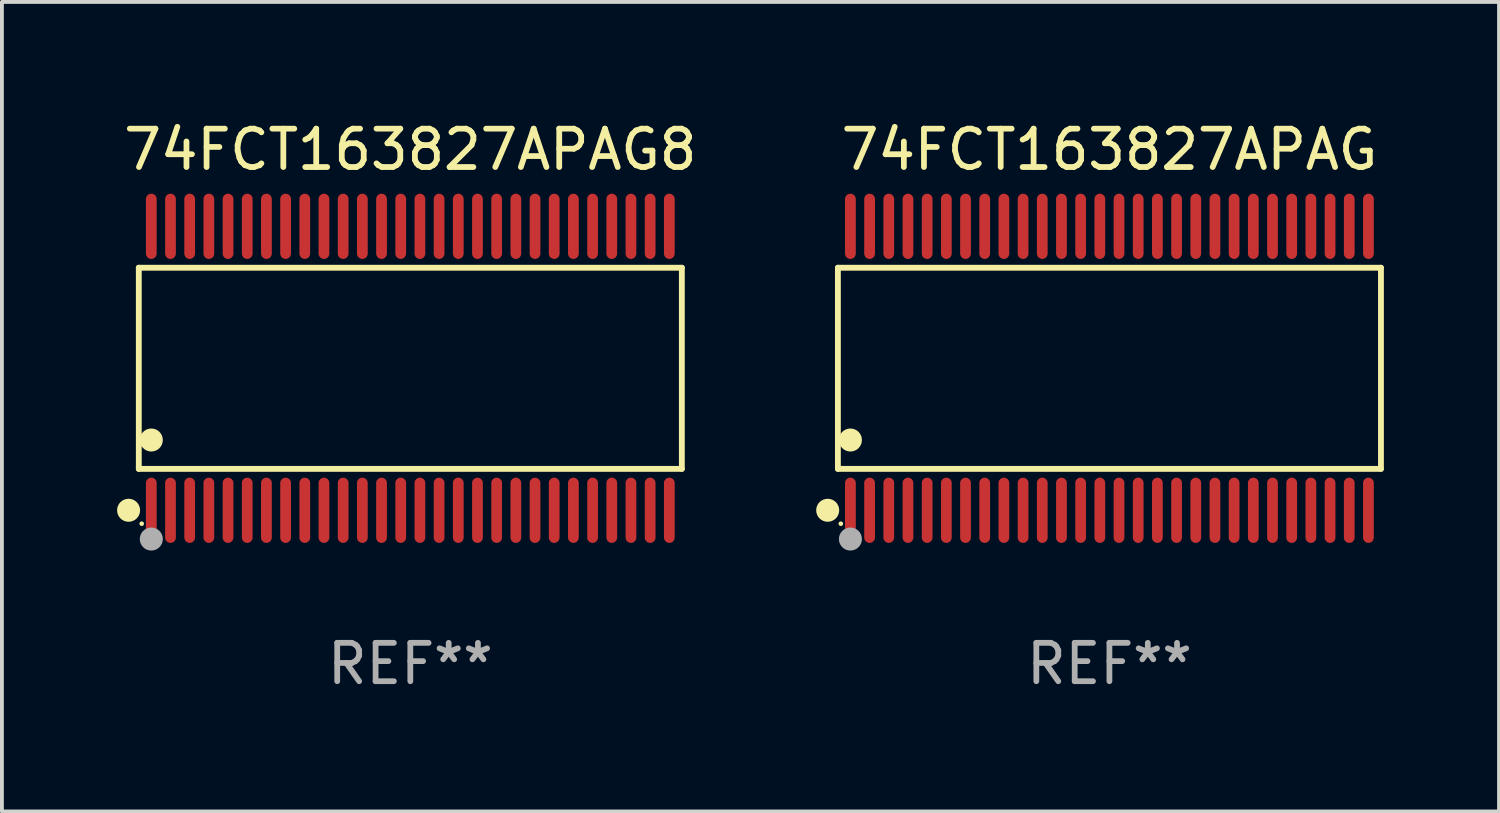
<source format=kicad_pcb>
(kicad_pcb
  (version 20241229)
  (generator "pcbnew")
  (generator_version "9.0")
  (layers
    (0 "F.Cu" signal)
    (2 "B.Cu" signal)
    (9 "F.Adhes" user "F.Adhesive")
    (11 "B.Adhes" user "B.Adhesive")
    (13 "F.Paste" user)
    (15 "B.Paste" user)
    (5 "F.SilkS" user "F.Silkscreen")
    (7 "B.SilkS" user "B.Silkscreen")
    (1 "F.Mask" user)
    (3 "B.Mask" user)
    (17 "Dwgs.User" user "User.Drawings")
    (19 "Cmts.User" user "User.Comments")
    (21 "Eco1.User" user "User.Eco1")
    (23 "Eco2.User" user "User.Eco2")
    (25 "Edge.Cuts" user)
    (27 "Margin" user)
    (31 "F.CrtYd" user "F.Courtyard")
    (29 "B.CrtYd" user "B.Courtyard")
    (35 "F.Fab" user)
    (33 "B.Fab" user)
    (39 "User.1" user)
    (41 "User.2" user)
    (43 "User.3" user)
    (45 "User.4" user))
  (footprint "74FCT163827APAG8"
    (layer "F.Cu")
    (at 7.643 6.548)
    (property "Reference" "74FCT163827APAG8" (at 0 -5.7 0) (layer "F.SilkS") (effects (font (size 1 1) (thickness 0.15))))
    (attr through_hole)
    (fp_line (start -7.076 -2.621) (end 7.076 -2.621) (stroke (width 0.152) (type solid)) (layer "F.SilkS"))
    (fp_line (start -7.076 2.621) (end -7.076 -2.621) (stroke (width 0.152) (type solid)) (layer "F.SilkS"))
    (fp_line (start 7.076 -2.621) (end 7.076 2.621) (stroke (width 0.152) (type solid)) (layer "F.SilkS"))
    (fp_line (start 7.076 2.621) (end -7.076 2.621) (stroke (width 0.152) (type solid)) (layer "F.SilkS"))
    (fp_circle (center -7.342 3.7) (end -7.192 3.7) (stroke (width 0.3) (type solid)) (fill no) (layer "F.SilkS"))
    (fp_circle (center -7 4.05) (end -6.97 4.05) (stroke (width 0.06) (type solid)) (fill no) (layer "F.SilkS"))
    (fp_circle (center -6.75 1.869) (end -6.6 1.869) (stroke (width 0.3) (type solid)) (fill no) (layer "F.SilkS"))
    (fp_circle (center -6.75 4.45) (end -6.6 4.45) (stroke (width 0.3) (type solid)) (fill no) (layer "F.Fab"))
    (fp_text user "REF**" (at 0 7.7 0) (layer "F.Fab") (effects (font (size 1 1) (thickness 0.15))))
    (pad "1" smd oval (at -6.75 3.7) (size 0.28 1.7) (layers "F.Cu" "F.Mask" "F.Paste"))
    (pad "2" smd oval (at -6.25 3.7) (size 0.28 1.7) (layers "F.Cu" "F.Mask" "F.Paste"))
    (pad "3" smd oval (at -5.75 3.7) (size 0.28 1.7) (layers "F.Cu" "F.Mask" "F.Paste"))
    (pad "4" smd oval (at -5.25 3.7) (size 0.28 1.7) (layers "F.Cu" "F.Mask" "F.Paste"))
    (pad "5" smd oval (at -4.75 3.7) (size 0.28 1.7) (layers "F.Cu" "F.Mask" "F.Paste"))
    (pad "6" smd oval (at -4.25 3.7) (size 0.28 1.7) (layers "F.Cu" "F.Mask" "F.Paste"))
    (pad "7" smd oval (at -3.75 3.7) (size 0.28 1.7) (layers "F.Cu" "F.Mask" "F.Paste"))
    (pad "8" smd oval (at -3.25 3.7) (size 0.28 1.7) (layers "F.Cu" "F.Mask" "F.Paste"))
    (pad "9" smd oval (at -2.75 3.7) (size 0.28 1.7) (layers "F.Cu" "F.Mask" "F.Paste"))
    (pad "10" smd oval (at -2.25 3.7) (size 0.28 1.7) (layers "F.Cu" "F.Mask" "F.Paste"))
    (pad "11" smd oval (at -1.75 3.7) (size 0.28 1.7) (layers "F.Cu" "F.Mask" "F.Paste"))
    (pad "12" smd oval (at -1.25 3.7) (size 0.28 1.7) (layers "F.Cu" "F.Mask" "F.Paste"))
    (pad "13" smd oval (at -0.75 3.7) (size 0.28 1.7) (layers "F.Cu" "F.Mask" "F.Paste"))
    (pad "14" smd oval (at -0.25 3.7) (size 0.28 1.7) (layers "F.Cu" "F.Mask" "F.Paste"))
    (pad "15" smd oval (at 0.25 3.7) (size 0.28 1.7) (layers "F.Cu" "F.Mask" "F.Paste"))
    (pad "16" smd oval (at 0.75 3.7) (size 0.28 1.7) (layers "F.Cu" "F.Mask" "F.Paste"))
    (pad "17" smd oval (at 1.25 3.7) (size 0.28 1.7) (layers "F.Cu" "F.Mask" "F.Paste"))
    (pad "18" smd oval (at 1.75 3.7) (size 0.28 1.7) (layers "F.Cu" "F.Mask" "F.Paste"))
    (pad "19" smd oval (at 2.25 3.7) (size 0.28 1.7) (layers "F.Cu" "F.Mask" "F.Paste"))
    (pad "20" smd oval (at 2.75 3.7) (size 0.28 1.7) (layers "F.Cu" "F.Mask" "F.Paste"))
    (pad "21" smd oval (at 3.25 3.7) (size 0.28 1.7) (layers "F.Cu" "F.Mask" "F.Paste"))
    (pad "22" smd oval (at 3.75 3.7) (size 0.28 1.7) (layers "F.Cu" "F.Mask" "F.Paste"))
    (pad "23" smd oval (at 4.25 3.7) (size 0.28 1.7) (layers "F.Cu" "F.Mask" "F.Paste"))
    (pad "24" smd oval (at 4.75 3.7) (size 0.28 1.7) (layers "F.Cu" "F.Mask" "F.Paste"))
    (pad "25" smd oval (at 5.25 3.7) (size 0.28 1.7) (layers "F.Cu" "F.Mask" "F.Paste"))
    (pad "26" smd oval (at 5.75 3.7) (size 0.28 1.7) (layers "F.Cu" "F.Mask" "F.Paste"))
    (pad "27" smd oval (at 6.25 3.7) (size 0.28 1.7) (layers "F.Cu" "F.Mask" "F.Paste"))
    (pad "28" smd oval (at 6.75 3.7) (size 0.28 1.7) (layers "F.Cu" "F.Mask" "F.Paste"))
    (pad "29" smd oval (at 6.75 -3.7) (size 0.28 1.7) (layers "F.Cu" "F.Mask" "F.Paste"))
    (pad "30" smd oval (at 6.25 -3.7) (size 0.28 1.7) (layers "F.Cu" "F.Mask" "F.Paste"))
    (pad "31" smd oval (at 5.75 -3.7) (size 0.28 1.7) (layers "F.Cu" "F.Mask" "F.Paste"))
    (pad "32" smd oval (at 5.25 -3.7) (size 0.28 1.7) (layers "F.Cu" "F.Mask" "F.Paste"))
    (pad "33" smd oval (at 4.75 -3.7) (size 0.28 1.7) (layers "F.Cu" "F.Mask" "F.Paste"))
    (pad "34" smd oval (at 4.25 -3.7) (size 0.28 1.7) (layers "F.Cu" "F.Mask" "F.Paste"))
    (pad "35" smd oval (at 3.75 -3.7) (size 0.28 1.7) (layers "F.Cu" "F.Mask" "F.Paste"))
    (pad "36" smd oval (at 3.25 -3.7) (size 0.28 1.7) (layers "F.Cu" "F.Mask" "F.Paste"))
    (pad "37" smd oval (at 2.75 -3.7) (size 0.28 1.7) (layers "F.Cu" "F.Mask" "F.Paste"))
    (pad "38" smd oval (at 2.25 -3.7) (size 0.28 1.7) (layers "F.Cu" "F.Mask" "F.Paste"))
    (pad "39" smd oval (at 1.75 -3.7) (size 0.28 1.7) (layers "F.Cu" "F.Mask" "F.Paste"))
    (pad "40" smd oval (at 1.25 -3.7) (size 0.28 1.7) (layers "F.Cu" "F.Mask" "F.Paste"))
    (pad "41" smd oval (at 0.75 -3.7) (size 0.28 1.7) (layers "F.Cu" "F.Mask" "F.Paste"))
    (pad "42" smd oval (at 0.25 -3.7) (size 0.28 1.7) (layers "F.Cu" "F.Mask" "F.Paste"))
    (pad "43" smd oval (at -0.25 -3.7) (size 0.28 1.7) (layers "F.Cu" "F.Mask" "F.Paste"))
    (pad "44" smd oval (at -0.75 -3.7) (size 0.28 1.7) (layers "F.Cu" "F.Mask" "F.Paste"))
    (pad "45" smd oval (at -1.25 -3.7) (size 0.28 1.7) (layers "F.Cu" "F.Mask" "F.Paste"))
    (pad "46" smd oval (at -1.75 -3.7) (size 0.28 1.7) (layers "F.Cu" "F.Mask" "F.Paste"))
    (pad "47" smd oval (at -2.25 -3.7) (size 0.28 1.7) (layers "F.Cu" "F.Mask" "F.Paste"))
    (pad "48" smd oval (at -2.75 -3.7) (size 0.28 1.7) (layers "F.Cu" "F.Mask" "F.Paste"))
    (pad "49" smd oval (at -3.25 -3.7) (size 0.28 1.7) (layers "F.Cu" "F.Mask" "F.Paste"))
    (pad "50" smd oval (at -3.75 -3.7) (size 0.28 1.7) (layers "F.Cu" "F.Mask" "F.Paste"))
    (pad "51" smd oval (at -4.25 -3.7) (size 0.28 1.7) (layers "F.Cu" "F.Mask" "F.Paste"))
    (pad "52" smd oval (at -4.75 -3.7) (size 0.28 1.7) (layers "F.Cu" "F.Mask" "F.Paste"))
    (pad "53" smd oval (at -5.25 -3.7) (size 0.28 1.7) (layers "F.Cu" "F.Mask" "F.Paste"))
    (pad "54" smd oval (at -5.75 -3.7) (size 0.28 1.7) (layers "F.Cu" "F.Mask" "F.Paste"))
    (pad "55" smd oval (at -6.25 -3.7) (size 0.28 1.7) (layers "F.Cu" "F.Mask" "F.Paste"))
    (pad "56" smd oval (at -6.75 -3.7) (size 0.28 1.7) (layers "F.Cu" "F.Mask" "F.Paste")))
  (footprint "74FCT163827APAG"
    (layer "F.Cu")
    (at 25.862 6.548)
    (property "Reference" "74FCT163827APAG" (at 0 -5.7 0) (layer "F.SilkS") (effects (font (size 1 1) (thickness 0.15))))
    (attr through_hole)
    (fp_line (start -7.076 -2.621) (end 7.076 -2.621) (stroke (width 0.152) (type solid)) (layer "F.SilkS"))
    (fp_line (start -7.076 2.621) (end -7.076 -2.621) (stroke (width 0.152) (type solid)) (layer "F.SilkS"))
    (fp_line (start 7.076 -2.621) (end 7.076 2.621) (stroke (width 0.152) (type solid)) (layer "F.SilkS"))
    (fp_line (start 7.076 2.621) (end -7.076 2.621) (stroke (width 0.152) (type solid)) (layer "F.SilkS"))
    (fp_circle (center -7.342 3.7) (end -7.192 3.7) (stroke (width 0.3) (type solid)) (fill no) (layer "F.SilkS"))
    (fp_circle (center -7 4.05) (end -6.97 4.05) (stroke (width 0.06) (type solid)) (fill no) (layer "F.SilkS"))
    (fp_circle (center -6.75 1.869) (end -6.6 1.869) (stroke (width 0.3) (type solid)) (fill no) (layer "F.SilkS"))
    (fp_circle (center -6.75 4.45) (end -6.6 4.45) (stroke (width 0.3) (type solid)) (fill no) (layer "F.Fab"))
    (fp_text user "REF**" (at 0 7.7 0) (layer "F.Fab") (effects (font (size 1 1) (thickness 0.15))))
    (pad "1" smd oval (at -6.75 3.7) (size 0.28 1.7) (layers "F.Cu" "F.Mask" "F.Paste"))
    (pad "2" smd oval (at -6.25 3.7) (size 0.28 1.7) (layers "F.Cu" "F.Mask" "F.Paste"))
    (pad "3" smd oval (at -5.75 3.7) (size 0.28 1.7) (layers "F.Cu" "F.Mask" "F.Paste"))
    (pad "4" smd oval (at -5.25 3.7) (size 0.28 1.7) (layers "F.Cu" "F.Mask" "F.Paste"))
    (pad "5" smd oval (at -4.75 3.7) (size 0.28 1.7) (layers "F.Cu" "F.Mask" "F.Paste"))
    (pad "6" smd oval (at -4.25 3.7) (size 0.28 1.7) (layers "F.Cu" "F.Mask" "F.Paste"))
    (pad "7" smd oval (at -3.75 3.7) (size 0.28 1.7) (layers "F.Cu" "F.Mask" "F.Paste"))
    (pad "8" smd oval (at -3.25 3.7) (size 0.28 1.7) (layers "F.Cu" "F.Mask" "F.Paste"))
    (pad "9" smd oval (at -2.75 3.7) (size 0.28 1.7) (layers "F.Cu" "F.Mask" "F.Paste"))
    (pad "10" smd oval (at -2.25 3.7) (size 0.28 1.7) (layers "F.Cu" "F.Mask" "F.Paste"))
    (pad "11" smd oval (at -1.75 3.7) (size 0.28 1.7) (layers "F.Cu" "F.Mask" "F.Paste"))
    (pad "12" smd oval (at -1.25 3.7) (size 0.28 1.7) (layers "F.Cu" "F.Mask" "F.Paste"))
    (pad "13" smd oval (at -0.75 3.7) (size 0.28 1.7) (layers "F.Cu" "F.Mask" "F.Paste"))
    (pad "14" smd oval (at -0.25 3.7) (size 0.28 1.7) (layers "F.Cu" "F.Mask" "F.Paste"))
    (pad "15" smd oval (at 0.25 3.7) (size 0.28 1.7) (layers "F.Cu" "F.Mask" "F.Paste"))
    (pad "16" smd oval (at 0.75 3.7) (size 0.28 1.7) (layers "F.Cu" "F.Mask" "F.Paste"))
    (pad "17" smd oval (at 1.25 3.7) (size 0.28 1.7) (layers "F.Cu" "F.Mask" "F.Paste"))
    (pad "18" smd oval (at 1.75 3.7) (size 0.28 1.7) (layers "F.Cu" "F.Mask" "F.Paste"))
    (pad "19" smd oval (at 2.25 3.7) (size 0.28 1.7) (layers "F.Cu" "F.Mask" "F.Paste"))
    (pad "20" smd oval (at 2.75 3.7) (size 0.28 1.7) (layers "F.Cu" "F.Mask" "F.Paste"))
    (pad "21" smd oval (at 3.25 3.7) (size 0.28 1.7) (layers "F.Cu" "F.Mask" "F.Paste"))
    (pad "22" smd oval (at 3.75 3.7) (size 0.28 1.7) (layers "F.Cu" "F.Mask" "F.Paste"))
    (pad "23" smd oval (at 4.25 3.7) (size 0.28 1.7) (layers "F.Cu" "F.Mask" "F.Paste"))
    (pad "24" smd oval (at 4.75 3.7) (size 0.28 1.7) (layers "F.Cu" "F.Mask" "F.Paste"))
    (pad "25" smd oval (at 5.25 3.7) (size 0.28 1.7) (layers "F.Cu" "F.Mask" "F.Paste"))
    (pad "26" smd oval (at 5.75 3.7) (size 0.28 1.7) (layers "F.Cu" "F.Mask" "F.Paste"))
    (pad "27" smd oval (at 6.25 3.7) (size 0.28 1.7) (layers "F.Cu" "F.Mask" "F.Paste"))
    (pad "28" smd oval (at 6.75 3.7) (size 0.28 1.7) (layers "F.Cu" "F.Mask" "F.Paste"))
    (pad "29" smd oval (at 6.75 -3.7) (size 0.28 1.7) (layers "F.Cu" "F.Mask" "F.Paste"))
    (pad "30" smd oval (at 6.25 -3.7) (size 0.28 1.7) (layers "F.Cu" "F.Mask" "F.Paste"))
    (pad "31" smd oval (at 5.75 -3.7) (size 0.28 1.7) (layers "F.Cu" "F.Mask" "F.Paste"))
    (pad "32" smd oval (at 5.25 -3.7) (size 0.28 1.7) (layers "F.Cu" "F.Mask" "F.Paste"))
    (pad "33" smd oval (at 4.75 -3.7) (size 0.28 1.7) (layers "F.Cu" "F.Mask" "F.Paste"))
    (pad "34" smd oval (at 4.25 -3.7) (size 0.28 1.7) (layers "F.Cu" "F.Mask" "F.Paste"))
    (pad "35" smd oval (at 3.75 -3.7) (size 0.28 1.7) (layers "F.Cu" "F.Mask" "F.Paste"))
    (pad "36" smd oval (at 3.25 -3.7) (size 0.28 1.7) (layers "F.Cu" "F.Mask" "F.Paste"))
    (pad "37" smd oval (at 2.75 -3.7) (size 0.28 1.7) (layers "F.Cu" "F.Mask" "F.Paste"))
    (pad "38" smd oval (at 2.25 -3.7) (size 0.28 1.7) (layers "F.Cu" "F.Mask" "F.Paste"))
    (pad "39" smd oval (at 1.75 -3.7) (size 0.28 1.7) (layers "F.Cu" "F.Mask" "F.Paste"))
    (pad "40" smd oval (at 1.25 -3.7) (size 0.28 1.7) (layers "F.Cu" "F.Mask" "F.Paste"))
    (pad "41" smd oval (at 0.75 -3.7) (size 0.28 1.7) (layers "F.Cu" "F.Mask" "F.Paste"))
    (pad "42" smd oval (at 0.25 -3.7) (size 0.28 1.7) (layers "F.Cu" "F.Mask" "F.Paste"))
    (pad "43" smd oval (at -0.25 -3.7) (size 0.28 1.7) (layers "F.Cu" "F.Mask" "F.Paste"))
    (pad "44" smd oval (at -0.75 -3.7) (size 0.28 1.7) (layers "F.Cu" "F.Mask" "F.Paste"))
    (pad "45" smd oval (at -1.25 -3.7) (size 0.28 1.7) (layers "F.Cu" "F.Mask" "F.Paste"))
    (pad "46" smd oval (at -1.75 -3.7) (size 0.28 1.7) (layers "F.Cu" "F.Mask" "F.Paste"))
    (pad "47" smd oval (at -2.25 -3.7) (size 0.28 1.7) (layers "F.Cu" "F.Mask" "F.Paste"))
    (pad "48" smd oval (at -2.75 -3.7) (size 0.28 1.7) (layers "F.Cu" "F.Mask" "F.Paste"))
    (pad "49" smd oval (at -3.25 -3.7) (size 0.28 1.7) (layers "F.Cu" "F.Mask" "F.Paste"))
    (pad "50" smd oval (at -3.75 -3.7) (size 0.28 1.7) (layers "F.Cu" "F.Mask" "F.Paste"))
    (pad "51" smd oval (at -4.25 -3.7) (size 0.28 1.7) (layers "F.Cu" "F.Mask" "F.Paste"))
    (pad "52" smd oval (at -4.75 -3.7) (size 0.28 1.7) (layers "F.Cu" "F.Mask" "F.Paste"))
    (pad "53" smd oval (at -5.25 -3.7) (size 0.28 1.7) (layers "F.Cu" "F.Mask" "F.Paste"))
    (pad "54" smd oval (at -5.75 -3.7) (size 0.28 1.7) (layers "F.Cu" "F.Mask" "F.Paste"))
    (pad "55" smd oval (at -6.25 -3.7) (size 0.28 1.7) (layers "F.Cu" "F.Mask" "F.Paste"))
    (pad "56" smd oval (at -6.75 -3.7) (size 0.28 1.7) (layers "F.Cu" "F.Mask" "F.Paste")))
  (gr_rect
    (start -3 -3)
    (end 36.015 18.097)
    (stroke (width 0.1) (type default))
    (fill no)
    (layer "Edge.Cuts")))
</source>
